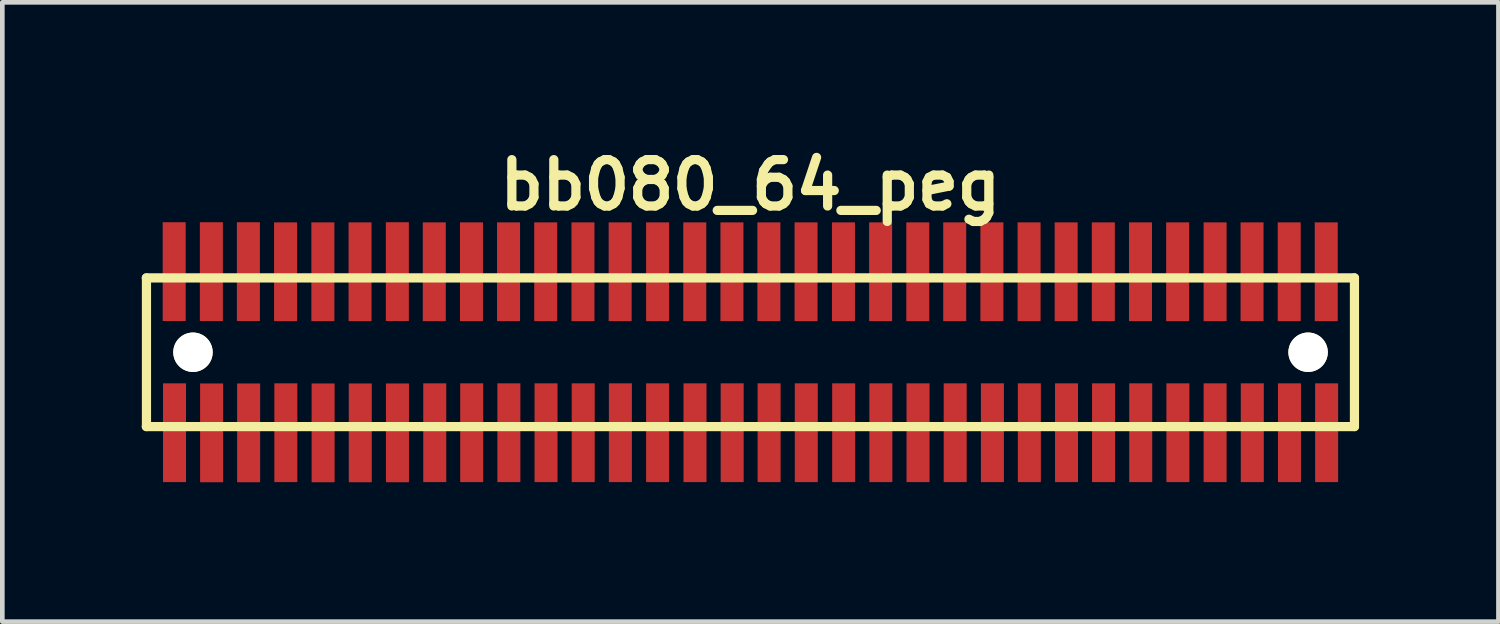
<source format=kicad_pcb>
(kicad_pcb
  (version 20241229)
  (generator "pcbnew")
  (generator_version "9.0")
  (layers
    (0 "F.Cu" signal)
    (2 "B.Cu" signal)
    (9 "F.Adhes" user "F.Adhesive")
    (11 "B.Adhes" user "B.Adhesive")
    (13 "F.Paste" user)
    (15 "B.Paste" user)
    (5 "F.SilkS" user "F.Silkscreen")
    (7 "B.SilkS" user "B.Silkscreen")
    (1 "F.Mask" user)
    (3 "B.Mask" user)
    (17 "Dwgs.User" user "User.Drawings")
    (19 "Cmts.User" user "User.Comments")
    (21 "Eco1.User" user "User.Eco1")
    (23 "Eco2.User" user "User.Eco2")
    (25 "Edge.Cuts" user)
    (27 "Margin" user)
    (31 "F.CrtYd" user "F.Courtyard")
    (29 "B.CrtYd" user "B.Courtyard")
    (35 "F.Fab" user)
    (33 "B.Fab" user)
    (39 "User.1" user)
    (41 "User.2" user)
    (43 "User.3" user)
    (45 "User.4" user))
  (footprint "bb080_64_peg"
    (layer "F.Cu")
    (at 13.099 4.531)
    (property "Reference" "bb080_64_peg" (at 0 -3.599 0) (layer "F.SilkS") (effects (font (size 0.998 0.998) (thickness 0.198))))
    (attr smd)
    (fp_line (start -13 1.6) (end 13.002 1.6) (stroke (width 0.198) (type solid)) (layer "F.SilkS"))
    (fp_line (start -12.997 -1.6) (end -12.997 1.6) (stroke (width 0.198) (type solid)) (layer "F.SilkS"))
    (fp_line (start 13.002 -1.6) (end -13 -1.6) (stroke (width 0.198) (type solid)) (layer "F.SilkS"))
    (fp_line (start 13.002 1.6) (end 13.002 -1.6) (stroke (width 0.198) (type solid)) (layer "F.SilkS"))
    (pad "" np_thru_hole circle (at -11.996 0) (size 0.848 0.848) (drill 0.848) (layers "*.Cu" "*.Mask" "F.SilkS"))
    (pad "" np_thru_hole circle (at 12.004 0) (size 0.848 0.848) (drill 0.848) (layers "*.Cu" "*.Mask" "F.SilkS"))
    (pad "1" smd rect (at -12.393 1.732) (size 0.495 2.126) (layers "F.Cu" "F.Mask" "F.Paste"))
    (pad "2" smd rect (at -12.4 -1.735) (size 0.495 2.126) (layers "F.Cu" "F.Mask" "F.Paste"))
    (pad "3" smd rect (at -11.595 1.735) (size 0.495 2.126) (layers "F.Cu" "F.Mask" "F.Paste"))
    (pad "4" smd rect (at -11.6 -1.735) (size 0.495 2.126) (layers "F.Cu" "F.Mask" "F.Paste"))
    (pad "5" smd rect (at -10.798 1.735) (size 0.495 2.126) (layers "F.Cu" "F.Mask" "F.Paste"))
    (pad "6" smd rect (at -10.803 -1.735) (size 0.495 2.126) (layers "F.Cu" "F.Mask" "F.Paste"))
    (pad "7" smd rect (at -9.997 1.732) (size 0.495 2.126) (layers "F.Cu" "F.Mask" "F.Paste"))
    (pad "8" smd rect (at -10.003 -1.732) (size 0.495 2.126) (layers "F.Cu" "F.Mask" "F.Paste"))
    (pad "9" smd rect (at -9.195 1.735) (size 0.495 2.126) (layers "F.Cu" "F.Mask" "F.Paste"))
    (pad "10" smd rect (at -9.2 -1.732) (size 0.495 2.126) (layers "F.Cu" "F.Mask" "F.Paste"))
    (pad "11" smd rect (at -8.395 1.735) (size 0.495 2.126) (layers "F.Cu" "F.Mask" "F.Paste"))
    (pad "12" smd rect (at -8.4 -1.732) (size 0.495 2.126) (layers "F.Cu" "F.Mask" "F.Paste"))
    (pad "13" smd rect (at -7.595 1.735) (size 0.495 2.126) (layers "F.Cu" "F.Mask" "F.Paste"))
    (pad "14" smd rect (at -7.597 -1.735) (size 0.495 2.126) (layers "F.Cu" "F.Mask" "F.Paste"))
    (pad "15" smd rect (at -6.792 1.732) (size 0.495 2.126) (layers "F.Cu" "F.Mask" "F.Paste"))
    (pad "16" smd rect (at -6.802 -1.732) (size 0.495 2.126) (layers "F.Cu" "F.Mask" "F.Paste"))
    (pad "17" smd rect (at -5.997 1.732) (size 0.495 2.126) (layers "F.Cu" "F.Mask" "F.Paste"))
    (pad "18" smd rect (at -6.002 -1.732) (size 0.495 2.126) (layers "F.Cu" "F.Mask" "F.Paste"))
    (pad "19" smd rect (at -5.197 1.732) (size 0.495 2.126) (layers "F.Cu" "F.Mask" "F.Paste"))
    (pad "20" smd rect (at -5.204 -1.732) (size 0.495 2.126) (layers "F.Cu" "F.Mask" "F.Paste"))
    (pad "21" smd rect (at -4.397 1.732) (size 0.495 2.126) (layers "F.Cu" "F.Mask" "F.Paste"))
    (pad "22" smd rect (at -4.404 -1.732) (size 0.495 2.126) (layers "F.Cu" "F.Mask" "F.Paste"))
    (pad "23" smd rect (at -3.597 1.732) (size 0.495 2.126) (layers "F.Cu" "F.Mask" "F.Paste"))
    (pad "24" smd rect (at -3.602 -1.732) (size 0.495 2.126) (layers "F.Cu" "F.Mask" "F.Paste"))
    (pad "25" smd rect (at -2.797 1.732) (size 0.495 2.126) (layers "F.Cu" "F.Mask" "F.Paste"))
    (pad "26" smd rect (at -2.802 -1.732) (size 0.495 2.126) (layers "F.Cu" "F.Mask" "F.Paste"))
    (pad "27" smd rect (at -1.996 1.732) (size 0.495 2.126) (layers "F.Cu" "F.Mask" "F.Paste"))
    (pad "28" smd rect (at -1.996 -1.732) (size 0.495 2.126) (layers "F.Cu" "F.Mask" "F.Paste"))
    (pad "29" smd rect (at -1.191 1.732) (size 0.495 2.126) (layers "F.Cu" "F.Mask" "F.Paste"))
    (pad "30" smd rect (at -1.196 -1.732) (size 0.495 2.126) (layers "F.Cu" "F.Mask" "F.Paste"))
    (pad "31" smd rect (at -0.391 1.732) (size 0.495 2.126) (layers "F.Cu" "F.Mask" "F.Paste"))
    (pad "32" smd rect (at -0.396 -1.732) (size 0.495 2.126) (layers "F.Cu" "F.Mask" "F.Paste"))
    (pad "33" smd rect (at 0.404 1.732) (size 0.495 2.126) (layers "F.Cu" "F.Mask" "F.Paste"))
    (pad "34" smd rect (at 0.399 -1.732) (size 0.495 2.126) (layers "F.Cu" "F.Mask" "F.Paste"))
    (pad "35" smd rect (at 1.204 1.732) (size 0.495 2.126) (layers "F.Cu" "F.Mask" "F.Paste"))
    (pad "36" smd rect (at 1.199 -1.732) (size 0.495 2.126) (layers "F.Cu" "F.Mask" "F.Paste"))
    (pad "37" smd rect (at 2.009 1.732) (size 0.495 2.126) (layers "F.Cu" "F.Mask" "F.Paste"))
    (pad "38" smd rect (at 2.004 -1.732) (size 0.495 2.126) (layers "F.Cu" "F.Mask" "F.Paste"))
    (pad "39" smd rect (at 2.809 1.732) (size 0.495 2.126) (layers "F.Cu" "F.Mask" "F.Paste"))
    (pad "40" smd rect (at 2.804 -1.732) (size 0.495 2.126) (layers "F.Cu" "F.Mask" "F.Paste"))
    (pad "41" smd rect (at 3.609 1.732) (size 0.495 2.126) (layers "F.Cu" "F.Mask" "F.Paste"))
    (pad "42" smd rect (at 3.604 -1.732) (size 0.495 2.126) (layers "F.Cu" "F.Mask" "F.Paste"))
    (pad "43" smd rect (at 4.409 1.732) (size 0.495 2.126) (layers "F.Cu" "F.Mask" "F.Paste"))
    (pad "44" smd rect (at 4.399 -1.732) (size 0.495 2.126) (layers "F.Cu" "F.Mask" "F.Paste"))
    (pad "45" smd rect (at 5.21 1.732) (size 0.495 2.126) (layers "F.Cu" "F.Mask" "F.Paste"))
    (pad "46" smd rect (at 5.199 -1.732) (size 0.495 2.126) (layers "F.Cu" "F.Mask" "F.Paste"))
    (pad "47" smd rect (at 6.005 1.732) (size 0.495 2.126) (layers "F.Cu" "F.Mask" "F.Paste"))
    (pad "48" smd rect (at 5.999 -1.732) (size 0.495 2.126) (layers "F.Cu" "F.Mask" "F.Paste"))
    (pad "49" smd rect (at 6.805 1.732) (size 0.495 2.126) (layers "F.Cu" "F.Mask" "F.Paste"))
    (pad "50" smd rect (at 6.797 -1.732) (size 0.495 2.126) (layers "F.Cu" "F.Mask" "F.Paste"))
    (pad "51" smd rect (at 7.602 1.732) (size 0.495 2.126) (layers "F.Cu" "F.Mask" "F.Paste"))
    (pad "52" smd rect (at 7.597 -1.732) (size 0.495 2.126) (layers "F.Cu" "F.Mask" "F.Paste"))
    (pad "53" smd rect (at 8.402 1.732) (size 0.495 2.126) (layers "F.Cu" "F.Mask" "F.Paste"))
    (pad "54" smd rect (at 8.397 -1.732) (size 0.495 2.126) (layers "F.Cu" "F.Mask" "F.Paste"))
    (pad "55" smd rect (at 9.202 1.732) (size 0.495 2.126) (layers "F.Cu" "F.Mask" "F.Paste"))
    (pad "56" smd rect (at 9.197 -1.732) (size 0.495 2.126) (layers "F.Cu" "F.Mask" "F.Paste"))
    (pad "57" smd rect (at 10.003 1.732) (size 0.495 2.126) (layers "F.Cu" "F.Mask" "F.Paste"))
    (pad "58" smd rect (at 10.003 -1.732) (size 0.495 2.126) (layers "F.Cu" "F.Mask" "F.Paste"))
    (pad "59" smd rect (at 10.803 1.732) (size 0.495 2.126) (layers "F.Cu" "F.Mask" "F.Paste"))
    (pad "60" smd rect (at 10.798 -1.732) (size 0.495 2.126) (layers "F.Cu" "F.Mask" "F.Paste"))
    (pad "61" smd rect (at 11.603 1.732) (size 0.495 2.126) (layers "F.Cu" "F.Mask" "F.Paste"))
    (pad "62" smd rect (at 11.598 -1.732) (size 0.495 2.126) (layers "F.Cu" "F.Mask" "F.Paste"))
    (pad "63" smd rect (at 12.403 1.732) (size 0.495 2.126) (layers "F.Cu" "F.Mask" "F.Paste"))
    (pad "64" smd rect (at 12.395 -1.732) (size 0.495 2.126) (layers "F.Cu" "F.Mask" "F.Paste")))
  (gr_rect
    (start -3 -3)
    (end 29.2 10.329)
    (stroke (width 0.1) (type default))
    (fill no)
    (layer "Edge.Cuts")))
</source>
